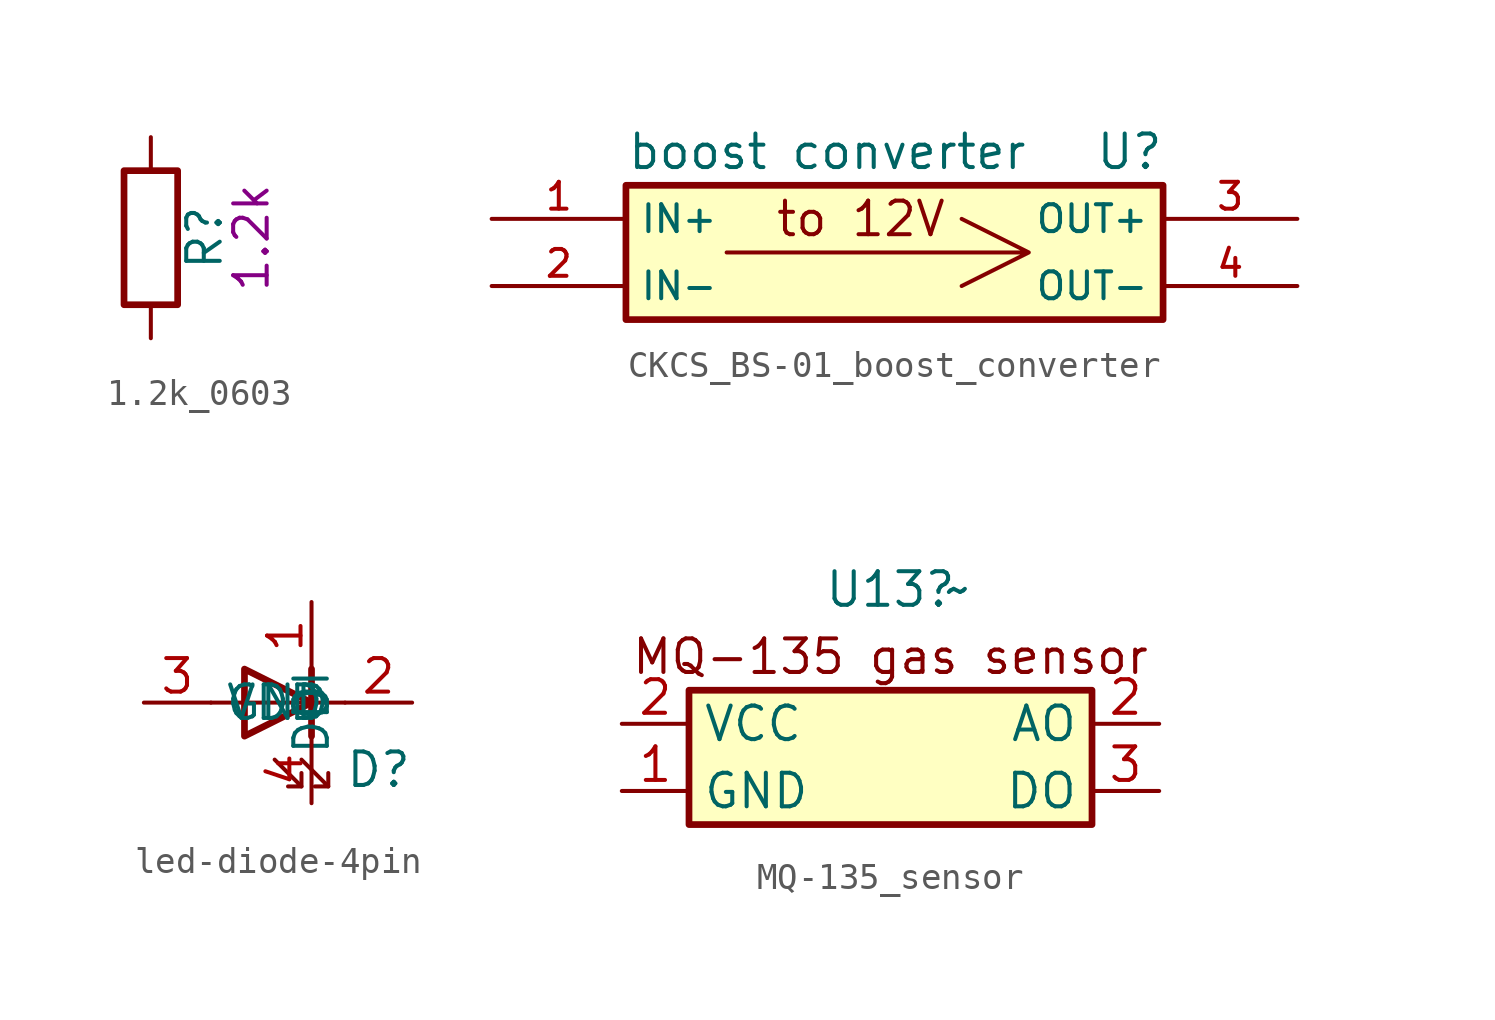
<source format=kicad_sym>
(kicad_symbol_lib
  (version 20220914)
  (generator kicad_symbol_editor)
  (symbol "1.2k_0603"
    (pin_numbers hide)
    (pin_names
      (offset 0))
    (property "Reference" "R"
      (at 2.032 0 90)
      (effects (font (size 1.27 1.27))))
    (property "Display" "1.2k"
      (at 3.81 0 90)
      (effects (font (size 1.27 1.27))))
    (symbol "1.2k_0603_0_1"
      (rectangle (start -1.016 -2.54) (end 1.016 2.54) (stroke (width 0.254) (type default)) (fill (type none))))
    (symbol "1.2k_0603_1_1"
      (pin passive line (at 0 3.81 270) (length 1.27) (name "~" (effects (font (size 1.27 1.27)))) (number "1" (effects (font (size 1.27 1.27)))))
      (pin passive line (at 0 -3.81 90) (length 1.27) (name "~" (effects (font (size 1.27 1.27)))) (number "2" (effects (font (size 1.27 1.27)))))))
  (symbol "CKCS_BS-01_boost_converter"
    (property "Reference" "U"
      (at 8.89 6.35 0)
      (effects (font (size 1.27 1.27))))
    (property "Value" "boost converter"
      (at -2.54 6.35 0)
      (effects (font (size 1.27 1.27))))
    (symbol "CKCS_BS-01_boost_converter_0_0"
      (rectangle (start -10.16 5.08) (end 10.16 0) (stroke (width 0.254) (type default)) (fill (type background))))
    (symbol "CKCS_BS-01_boost_converter_0_1"
      (polyline (pts (xy -6.35 2.54) (xy 5.08 2.54) (xy 2.54 3.81) (xy 5.08 2.54) (xy 2.54 1.27)) (stroke (width 0) (type default)) (fill (type none))))
    (symbol "CKCS_BS-01_boost_converter_1_0"
      (pin power_in line (at -15.24 3.81 0) (length 5.08) (name "IN+" (effects (font (size 1.016 1.016)))) (number "1" (effects (font (size 1.016 1.016)))))
      (pin power_in line (at -15.24 1.27 0) (length 5.08) (name "IN-" (effects (font (size 1.016 1.016)))) (number "2" (effects (font (size 1.016 1.016)))))
      (pin power_out line (at 15.24 3.81 180) (length 5.08) (name "OUT+" (effects (font (size 1.016 1.016)))) (number "3" (effects (font (size 1.016 1.016)))))
      (pin power_out line (at 15.24 1.27 180) (length 5.08) (name "OUT-" (effects (font (size 1.016 1.016)))) (number "4" (effects (font (size 1.016 1.016))))))
    (symbol "CKCS_BS-01_boost_converter_1_1"
      (text "to 12V\n" (at -1.27 3.81 0) (effects (font (size 1.27 1.27))))))
  (symbol "led-diode-4pin"
    (property "Reference" "D"
      (at 3.81 -2.54 0)
      (effects (font (size 1.27 1.27))))
    (property "Value" ""
      (at -2.54 5.08 0)
      (effects (font (size 1.27 1.27))))
    (symbol "led-diode-4pin_0_1"
      (polyline (pts (xy -2.54 0) (xy 2.54 0)) (stroke (width 0) (type default)) (fill (type none)))
      (polyline (pts (xy 0.889 -3.175) (xy 0.889 -2.667)) (stroke (width 0) (type default)) (fill (type none)))
      (polyline (pts (xy 1.27 -1.27) (xy 1.27 1.27)) (stroke (width 0.254) (type default)) (fill (type none)))
      (polyline (pts (xy 1.905 -3.175) (xy 1.905 -2.667)) (stroke (width 0) (type default)) (fill (type none)))
      (polyline (pts (xy -0.127 -2.159) (xy 0.889 -3.175) (xy 0.381 -3.175)) (stroke (width 0) (type default)) (fill (type none)))
      (polyline (pts (xy 0.889 -2.159) (xy 1.905 -3.175) (xy 1.397 -3.175)) (stroke (width 0) (type default)) (fill (type none)))
      (polyline (pts (xy -1.27 1.27) (xy -1.27 -1.27) (xy 1.27 0) (xy -1.27 1.27)) (stroke (width 0.254) (type default)) (fill (type none))))
    (symbol "led-diode-4pin_1_1"
      (pin output line (at 1.27 3.81 270) (length 2.54) (name "DO" (effects (font (size 1.27 1.27)))) (number "1" (effects (font (size 1.27 1.27)))))
      (pin power_in line (at 5.08 0 180) (length 2.54) (name "GND" (effects (font (size 1.27 1.27)))) (number "2" (effects (font (size 1.27 1.27)))))
      (pin power_in line (at -5.08 0 0) (length 2.54) (name "VDD" (effects (font (size 1.27 1.27)))) (number "3" (effects (font (size 1.27 1.27)))))
      (pin input line (at 1.27 -3.81 90) (length 2.54) (name "DI" (effects (font (size 1.27 1.27)))) (number "4" (effects (font (size 1.27 1.27)))))))
  (symbol "MQ-135_sensor"
    (property "Reference" "U13"
      (at 0 12.7 0)
      (effects (font (size 1.27 1.27))))
    (property "Value" "~"
      (at 2.54 12.7 0)
      (effects (font (size 1.27 1.27))))
    (symbol "MQ-135_sensor_0_1"
      (rectangle (start -7.62 8.89) (end 7.62 3.81) (stroke (width 0.254) (type default)) (fill (type background))))
    (symbol "MQ-135_sensor_1_1"
      (text "MQ-135 gas sensor\n" (at 0 10.16 0) (effects (font (size 1.27 1.27))))
      (pin passive line (at -10.16 5.08 0) (length 2.54) (name "GND" (effects (font (size 1.27 1.27)))) (number "1" (effects (font (size 1.27 1.27)))))
      (pin passive line (at 10.16 7.62 180) (length 2.54) (name "AO" (effects (font (size 1.27 1.27)))) (number "2" (effects (font (size 1.27 1.27)))))
      (pin passive line (at -10.16 7.62 0) (length 2.54) (name "VCC" (effects (font (size 1.27 1.27)))) (number "2" (effects (font (size 1.27 1.27)))))
      (pin passive line (at 10.16 5.08 180) (length 2.54) (name "DO" (effects (font (size 1.27 1.27)))) (number "3" (effects (font (size 1.27 1.27))))))))
</source>
